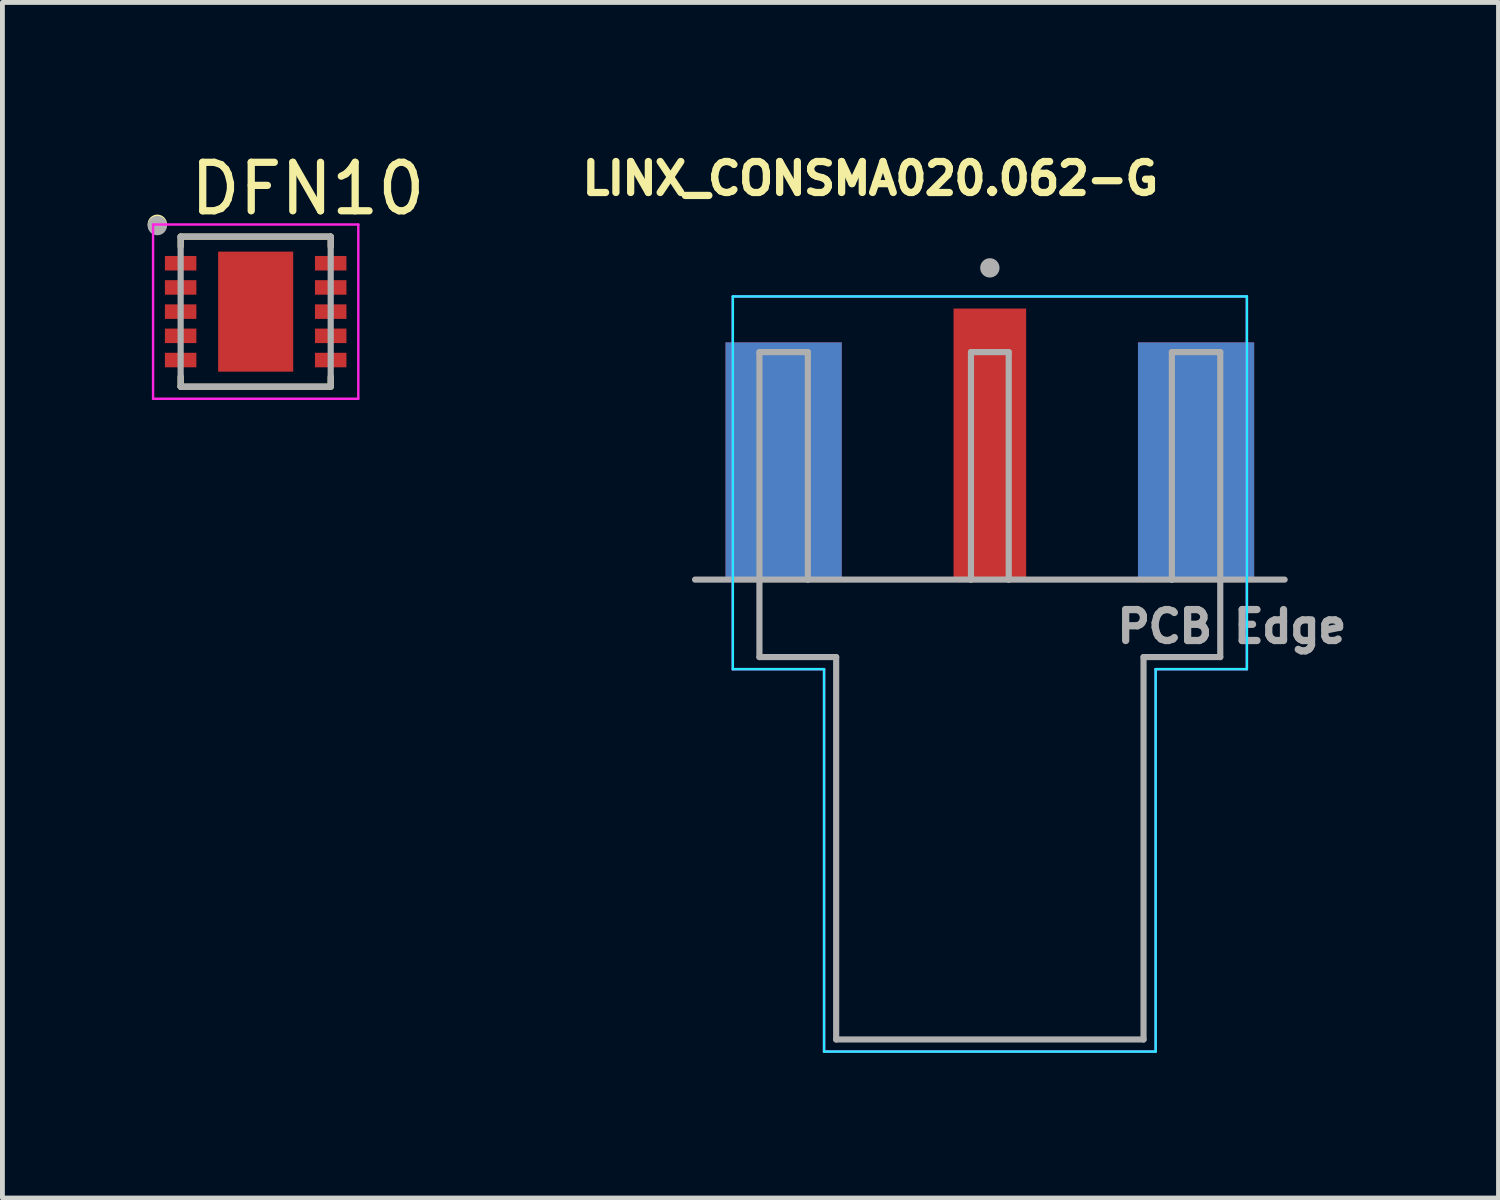
<source format=kicad_pcb>
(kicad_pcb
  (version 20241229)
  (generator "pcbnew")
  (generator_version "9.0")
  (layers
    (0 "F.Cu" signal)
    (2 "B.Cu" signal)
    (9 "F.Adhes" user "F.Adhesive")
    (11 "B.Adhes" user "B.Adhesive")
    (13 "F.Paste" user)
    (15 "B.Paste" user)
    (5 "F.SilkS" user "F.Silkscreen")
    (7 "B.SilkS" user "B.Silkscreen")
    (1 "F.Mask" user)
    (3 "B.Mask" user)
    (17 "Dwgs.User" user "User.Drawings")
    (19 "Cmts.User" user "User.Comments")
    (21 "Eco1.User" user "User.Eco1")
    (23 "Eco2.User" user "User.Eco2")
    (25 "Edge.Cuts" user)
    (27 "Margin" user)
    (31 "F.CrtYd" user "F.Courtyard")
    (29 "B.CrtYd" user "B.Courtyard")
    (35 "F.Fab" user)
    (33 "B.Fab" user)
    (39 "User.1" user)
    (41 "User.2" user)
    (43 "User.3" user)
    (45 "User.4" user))
  (footprint "LINX_CONSMA020.062-G"
    (layer "F.Cu")
    (at 17.399 8.924)
    (property "Reference" "LINX_CONSMA020.062-G" (at -2.468 -8.286 0) (layer "F.SilkS") (effects (font (size 0.64 0.64) (thickness 0.15))))
    (fp_line (start -5.31 -5.85) (end -5.31 1.85) (stroke (width 0.05) (type solid)) (layer "B.CrtYd"))
    (fp_line (start -5.31 1.85) (end -3.425 1.85) (stroke (width 0.05) (type solid)) (layer "B.CrtYd"))
    (fp_line (start -3.425 1.85) (end -3.425 9.75) (stroke (width 0.05) (type solid)) (layer "B.CrtYd"))
    (fp_line (start -3.425 9.75) (end 3.425 9.75) (stroke (width 0.05) (type solid)) (layer "B.CrtYd"))
    (fp_line (start 3.425 1.85) (end 3.425 9.75) (stroke (width 0.05) (type solid)) (layer "B.CrtYd"))
    (fp_line (start 5.31 -5.85) (end -5.31 -5.85) (stroke (width 0.05) (type solid)) (layer "B.CrtYd"))
    (fp_line (start 5.31 1.85) (end 3.425 1.85) (stroke (width 0.05) (type solid)) (layer "B.CrtYd"))
    (fp_line (start 5.31 1.85) (end 5.31 -5.85) (stroke (width 0.05) (type solid)) (layer "B.CrtYd"))
    (fp_line (start -5.31 -5.85) (end -5.31 1.85) (stroke (width 0.05) (type solid)) (layer "F.CrtYd"))
    (fp_line (start -5.31 1.85) (end -3.425 1.85) (stroke (width 0.05) (type solid)) (layer "F.CrtYd"))
    (fp_line (start -3.425 1.85) (end -3.425 9.75) (stroke (width 0.05) (type solid)) (layer "F.CrtYd"))
    (fp_line (start -3.425 9.75) (end 3.425 9.75) (stroke (width 0.05) (type solid)) (layer "F.CrtYd"))
    (fp_line (start 3.425 1.85) (end 3.425 9.75) (stroke (width 0.05) (type solid)) (layer "F.CrtYd"))
    (fp_line (start 5.31 -5.85) (end -5.31 -5.85) (stroke (width 0.05) (type solid)) (layer "F.CrtYd"))
    (fp_line (start 5.31 1.85) (end 3.425 1.85) (stroke (width 0.05) (type solid)) (layer "F.CrtYd"))
    (fp_line (start 5.31 1.85) (end 5.31 -5.85) (stroke (width 0.05) (type solid)) (layer "F.CrtYd"))
    (fp_line (start -6.09 0) (end -4.76 0) (stroke (width 0.127) (type solid)) (layer "F.Fab"))
    (fp_line (start -4.76 -4.7) (end -4.76 0) (stroke (width 0.127) (type solid)) (layer "F.Fab"))
    (fp_line (start -4.76 0) (end -3.76 0) (stroke (width 0.127) (type solid)) (layer "F.Fab"))
    (fp_line (start -4.76 1.6) (end -4.76 0) (stroke (width 0.127) (type solid)) (layer "F.Fab"))
    (fp_line (start -3.76 -4.7) (end -4.76 -4.7) (stroke (width 0.127) (type solid)) (layer "F.Fab"))
    (fp_line (start -3.76 0) (end -3.76 -4.7) (stroke (width 0.127) (type solid)) (layer "F.Fab"))
    (fp_line (start -3.76 0) (end -0.39 0) (stroke (width 0.127) (type solid)) (layer "F.Fab"))
    (fp_line (start -3.175 1.6) (end -4.76 1.6) (stroke (width 0.127) (type solid)) (layer "F.Fab"))
    (fp_line (start -3.175 1.6) (end -3.175 9.5) (stroke (width 0.127) (type solid)) (layer "F.Fab"))
    (fp_line (start -3.175 9.5) (end 3.175 9.5) (stroke (width 0.127) (type solid)) (layer "F.Fab"))
    (fp_line (start -0.39 -4.7) (end 0.39 -4.7) (stroke (width 0.127) (type solid)) (layer "F.Fab"))
    (fp_line (start -0.39 0) (end -0.39 -4.7) (stroke (width 0.127) (type solid)) (layer "F.Fab"))
    (fp_line (start -0.39 0) (end 0.39 0) (stroke (width 0.127) (type solid)) (layer "F.Fab"))
    (fp_line (start 0.39 -4.7) (end 0.39 0) (stroke (width 0.127) (type solid)) (layer "F.Fab"))
    (fp_line (start 0.39 0) (end 3.76 0) (stroke (width 0.127) (type solid)) (layer "F.Fab"))
    (fp_line (start 3.175 9.5) (end 3.175 1.6) (stroke (width 0.127) (type solid)) (layer "F.Fab"))
    (fp_line (start 3.76 -4.7) (end 4.76 -4.7) (stroke (width 0.127) (type solid)) (layer "F.Fab"))
    (fp_line (start 3.76 0) (end 3.76 -4.7) (stroke (width 0.127) (type solid)) (layer "F.Fab"))
    (fp_line (start 3.76 0) (end 4.76 0) (stroke (width 0.127) (type solid)) (layer "F.Fab"))
    (fp_line (start 4.76 -4.7) (end 4.76 0) (stroke (width 0.127) (type solid)) (layer "F.Fab"))
    (fp_line (start 4.76 0) (end 4.76 1.6) (stroke (width 0.127) (type solid)) (layer "F.Fab"))
    (fp_line (start 4.76 0) (end 6.09 0) (stroke (width 0.127) (type solid)) (layer "F.Fab"))
    (fp_line (start 4.76 1.6) (end 3.175 1.6) (stroke (width 0.127) (type solid)) (layer "F.Fab"))
    (fp_circle (center 0 -6.44) (end 0.1 -6.44) (stroke (width 0.2) (type solid)) (fill no) (layer "F.Fab"))
    (fp_text user "PCB Edge" (at 5 0.97 0) (layer "F.Fab") (effects (font (size 0.64 0.64) (thickness 0.15))))
    (pad "1" smd rect (at 0 -2.8) (size 1.5 5.6) (layers "F.Cu" "F.Mask" "F.Paste"))
    (pad "2" smd rect (at -4.26 -2.45) (size 2.4 4.9) (layers "F.Cu" "F.Mask" "F.Paste"))
    (pad "2" smd rect (at -4.26 -2.45) (size 2.4 4.9) (layers "B.Cu" "B.Mask" "B.Paste"))
    (pad "2" smd rect (at 4.26 -2.45) (size 2.4 4.9) (layers "F.Cu" "F.Mask" "F.Paste"))
    (pad "2" smd rect (at 4.26 -2.45) (size 2.4 4.9) (layers "B.Cu" "B.Mask" "B.Paste")))
  (footprint "DFN10"
    (layer "F.Cu")
    (at 2.232 3.388)
    (property "Reference" "DFN10" (at 1.077 -2.539 0) (layer "F.SilkS") (effects (font (size 1.002 1.002) (thickness 0.15))))
    (attr through_hole)
    (fp_line (start -1.55 -1.55) (end -1.55 -1.345) (stroke (width 0.127) (type solid)) (layer "F.SilkS"))
    (fp_line (start -1.55 1.55) (end -1.55 1.345) (stroke (width 0.127) (type solid)) (layer "F.SilkS"))
    (fp_line (start -1.55 1.55) (end 1.55 1.55) (stroke (width 0.127) (type solid)) (layer "F.SilkS"))
    (fp_line (start 1.55 -1.55) (end -1.55 -1.55) (stroke (width 0.127) (type solid)) (layer "F.SilkS"))
    (fp_line (start 1.55 -1.55) (end 1.55 -1.345) (stroke (width 0.127) (type solid)) (layer "F.SilkS"))
    (fp_line (start 1.55 1.55) (end 1.55 1.345) (stroke (width 0.127) (type solid)) (layer "F.SilkS"))
    (fp_circle (center -2.032 -1.805) (end -1.932 -1.805) (stroke (width 0.2) (type solid)) (fill no) (layer "F.SilkS"))
    (fp_poly (pts (xy -0.501 -0.8) (xy 0.5 -0.8) (xy 0.5 0.802) (xy -0.501 0.802)) (stroke (width 0.01) (type solid)) (fill yes) (layer "F.Paste"))
    (fp_line (start -2.12 -1.8) (end 2.12 -1.8) (stroke (width 0.05) (type solid)) (layer "F.CrtYd"))
    (fp_line (start -2.12 1.8) (end -2.12 -1.8) (stroke (width 0.05) (type solid)) (layer "F.CrtYd"))
    (fp_line (start 2.12 -1.8) (end 2.12 1.8) (stroke (width 0.05) (type solid)) (layer "F.CrtYd"))
    (fp_line (start 2.12 1.8) (end -2.12 1.8) (stroke (width 0.05) (type solid)) (layer "F.CrtYd"))
    (fp_line (start -1.55 -1.55) (end -1.55 1.55) (stroke (width 0.127) (type solid)) (layer "F.Fab"))
    (fp_line (start -1.55 1.55) (end 1.55 1.55) (stroke (width 0.127) (type solid)) (layer "F.Fab"))
    (fp_line (start 1.55 -1.55) (end -1.55 -1.55) (stroke (width 0.127) (type solid)) (layer "F.Fab"))
    (fp_line (start 1.55 1.55) (end 1.55 -1.55) (stroke (width 0.127) (type solid)) (layer "F.Fab"))
    (fp_circle (center -2.032 -1.778) (end -1.932 -1.778) (stroke (width 0.2) (type solid)) (fill no) (layer "F.Fab"))
    (pad "1" smd rect (at -1.55 -1) (size 0.65 0.3) (layers "F.Cu" "F.Mask" "F.Paste"))
    (pad "2" smd rect (at -1.55 -0.5) (size 0.65 0.3) (layers "F.Cu" "F.Mask" "F.Paste"))
    (pad "3" smd rect (at -1.55 0) (size 0.65 0.3) (layers "F.Cu" "F.Mask" "F.Paste"))
    (pad "4" smd rect (at -1.55 0.5) (size 0.65 0.3) (layers "F.Cu" "F.Mask" "F.Paste"))
    (pad "5" smd rect (at -1.55 1) (size 0.65 0.3) (layers "F.Cu" "F.Mask" "F.Paste"))
    (pad "6" smd rect (at 1.55 1) (size 0.65 0.3) (layers "F.Cu" "F.Mask" "F.Paste"))
    (pad "7" smd rect (at 1.55 0.5) (size 0.65 0.3) (layers "F.Cu" "F.Mask" "F.Paste"))
    (pad "8" smd rect (at 1.55 0) (size 0.65 0.3) (layers "F.Cu" "F.Mask" "F.Paste"))
    (pad "9" smd rect (at 1.55 -0.5) (size 0.65 0.3) (layers "F.Cu" "F.Mask" "F.Paste"))
    (pad "10" smd rect (at 1.55 -1) (size 0.65 0.3) (layers "F.Cu" "F.Mask" "F.Paste"))
    (pad "11" smd rect (at 0 0) (size 1.55 2.48) (layers "F.Cu" "F.Mask")))
  (gr_rect
    (start -3 -3)
    (end 27.907 21.699)
    (stroke (width 0.1) (type default))
    (fill no)
    (layer "Edge.Cuts")))
</source>
